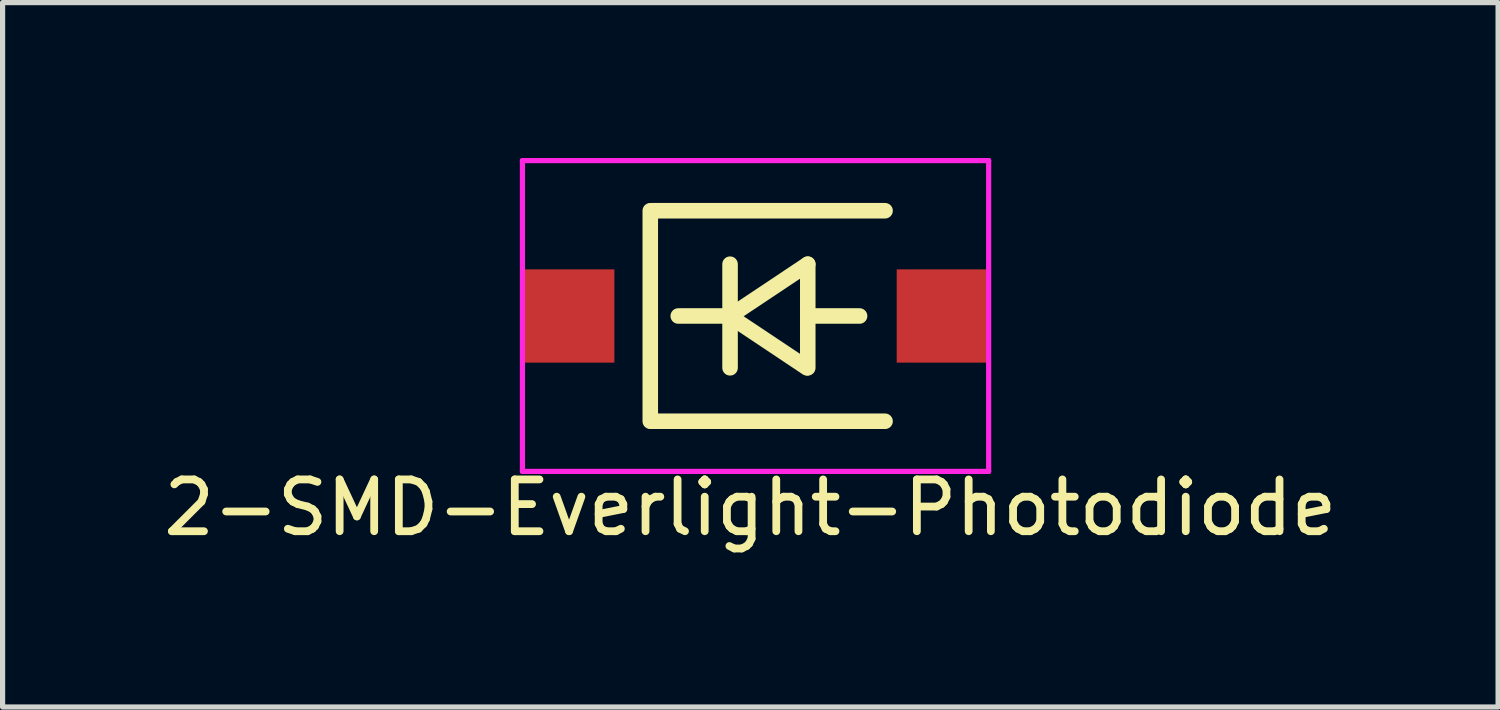
<source format=kicad_pcb>
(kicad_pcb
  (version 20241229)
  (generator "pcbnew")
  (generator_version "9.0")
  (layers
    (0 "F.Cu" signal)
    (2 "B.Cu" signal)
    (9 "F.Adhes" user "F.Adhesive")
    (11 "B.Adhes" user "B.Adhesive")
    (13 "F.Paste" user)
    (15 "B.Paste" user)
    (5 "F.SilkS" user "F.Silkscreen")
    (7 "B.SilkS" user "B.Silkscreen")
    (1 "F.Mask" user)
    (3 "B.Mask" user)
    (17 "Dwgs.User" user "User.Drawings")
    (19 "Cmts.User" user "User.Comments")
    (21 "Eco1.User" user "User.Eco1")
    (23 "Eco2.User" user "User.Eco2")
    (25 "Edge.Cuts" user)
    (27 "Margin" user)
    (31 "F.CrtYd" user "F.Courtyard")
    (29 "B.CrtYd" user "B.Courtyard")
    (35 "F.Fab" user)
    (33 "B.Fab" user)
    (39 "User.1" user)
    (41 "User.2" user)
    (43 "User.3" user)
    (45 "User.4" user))
  (footprint "2-SMD-Everlight-Photodiode"
    (layer "F.Cu")
    (at 11.535 3.05)
    (property "Reference" "2-SMD-Everlight-Photodiode" (at -0.1 3.7 0) (layer "F.SilkS") (effects (font (size 1 1) (thickness 0.15))))
    (attr through_hole)
    (fp_line (start -2.032 -2.032) (end -2.032 2.032) (stroke (width 0.3) (type solid)) (layer "F.SilkS"))
    (fp_line (start -2 -2.032) (end 2.5 -2.032) (stroke (width 0.3) (type solid)) (layer "F.SilkS"))
    (fp_line (start -1.492 0) (end -0.492 0) (stroke (width 0.3) (type solid)) (layer "F.SilkS"))
    (fp_line (start -0.492 -1) (end -0.492 1) (stroke (width 0.3) (type solid)) (layer "F.SilkS"))
    (fp_line (start -0.492 0) (end 1.008 -1) (stroke (width 0.3) (type solid)) (layer "F.SilkS"))
    (fp_line (start 0.992 1) (end -0.508 0) (stroke (width 0.3) (type solid)) (layer "F.SilkS"))
    (fp_line (start 1.008 -1) (end 1.008 1) (stroke (width 0.3) (type solid)) (layer "F.SilkS"))
    (fp_line (start 1.008 0) (end 2.008 0) (stroke (width 0.3) (type solid)) (layer "F.SilkS"))
    (fp_line (start 2.5 2.032) (end -2 2.032) (stroke (width 0.3) (type solid)) (layer "F.SilkS"))
    (fp_line (start -4.5 -3) (end 4.5 -3) (stroke (width 0.1) (type solid)) (layer "F.CrtYd"))
    (fp_line (start -4.5 3) (end -4.5 -3) (stroke (width 0.1) (type solid)) (layer "F.CrtYd"))
    (fp_line (start 4.5 -3) (end 4.5 3) (stroke (width 0.1) (type solid)) (layer "F.CrtYd"))
    (fp_line (start 4.5 3) (end -4.5 3) (stroke (width 0.1) (type solid)) (layer "F.CrtYd"))
    (pad "1" smd rect (at -3.6 0) (size 1.75 1.8) (layers "F.Cu" "F.Mask" "F.Paste"))
    (pad "2" smd rect (at 3.6 0) (size 1.75 1.8) (layers "F.Cu" "F.Mask" "F.Paste")))
  (gr_rect
    (start -3 -3)
    (end 25.869 10.598)
    (stroke (width 0.1) (type default))
    (fill no)
    (layer "Edge.Cuts")))
</source>
